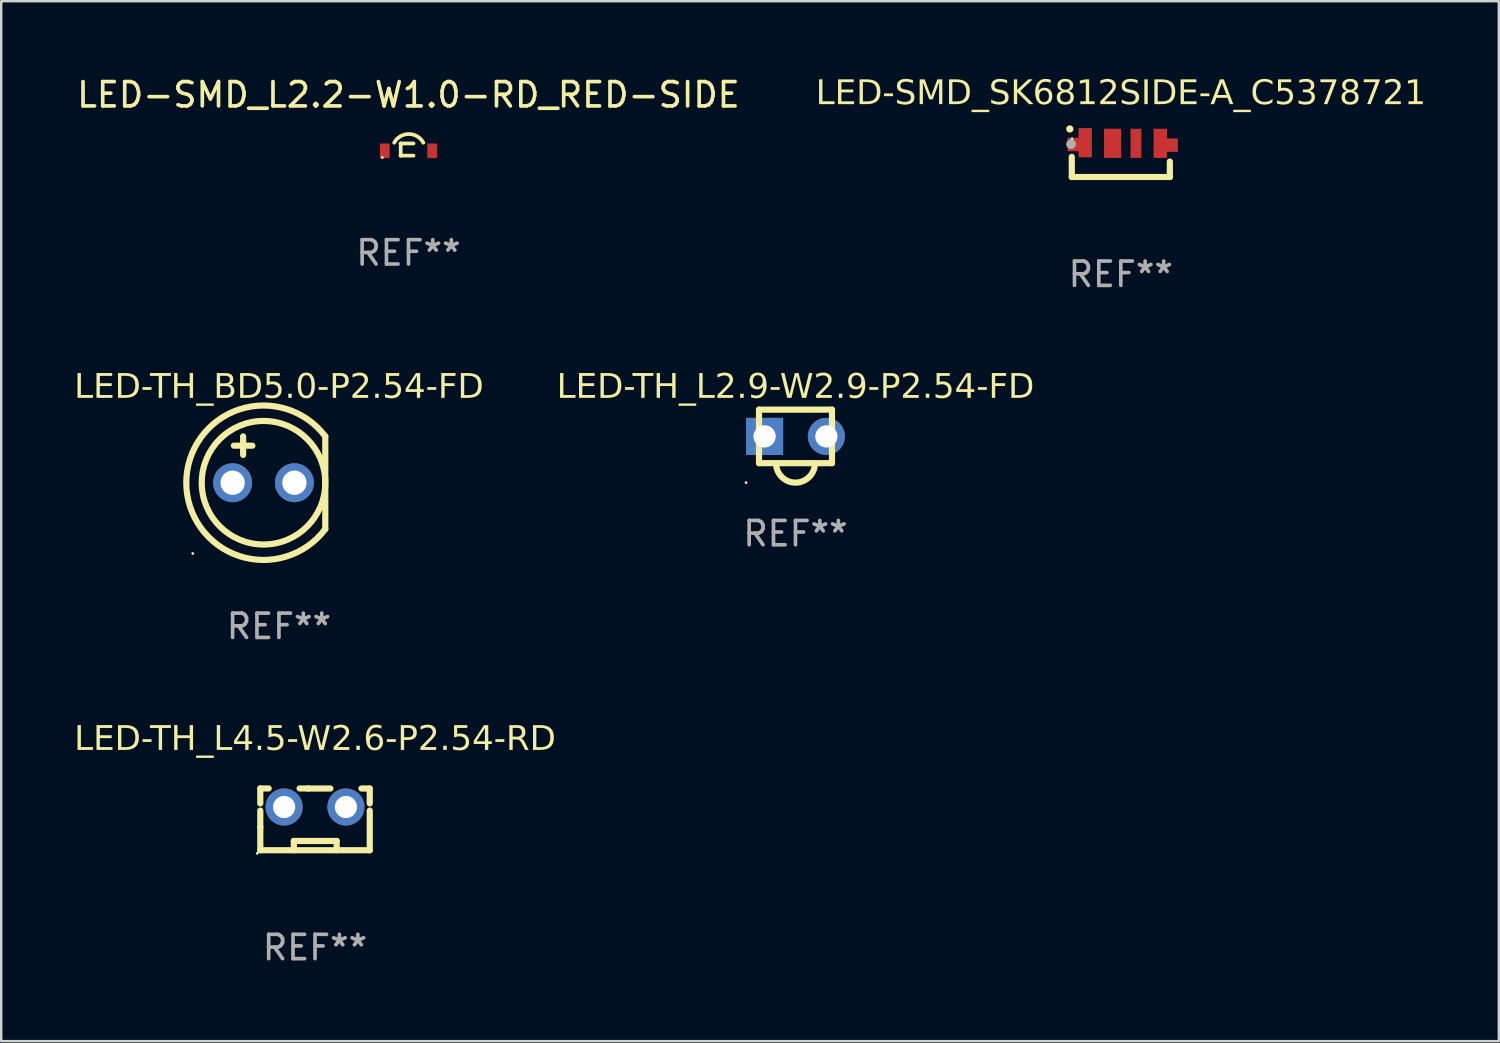
<source format=kicad_pcb>
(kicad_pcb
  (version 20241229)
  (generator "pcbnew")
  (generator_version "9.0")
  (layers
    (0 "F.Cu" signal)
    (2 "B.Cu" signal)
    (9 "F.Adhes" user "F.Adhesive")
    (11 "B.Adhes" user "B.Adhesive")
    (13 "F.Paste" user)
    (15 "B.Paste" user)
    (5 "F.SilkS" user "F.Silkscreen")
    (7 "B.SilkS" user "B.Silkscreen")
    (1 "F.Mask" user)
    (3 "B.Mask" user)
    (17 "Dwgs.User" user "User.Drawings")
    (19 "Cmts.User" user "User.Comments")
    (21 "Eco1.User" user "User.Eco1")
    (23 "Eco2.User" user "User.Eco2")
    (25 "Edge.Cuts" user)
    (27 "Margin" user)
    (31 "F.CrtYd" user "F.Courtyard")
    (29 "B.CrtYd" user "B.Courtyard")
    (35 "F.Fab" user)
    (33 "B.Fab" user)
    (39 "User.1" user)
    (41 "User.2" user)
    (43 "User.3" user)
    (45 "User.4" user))
  (footprint "LED-SMD_L2.2-W1.0-RD_RED-SIDE"
    (layer "F.Cu")
    (at 13.744 3.151)
    (property "Reference" "LED-SMD_L2.2-W1.0-RD_RED-SIDE" (at 0 -2.302 0) (layer "F.SilkS") (effects (font (size 1 1) (thickness 0.15))))
    (attr smd)
    (fp_line (start -0.329 -0.302) (end 0.208 -0.302) (stroke (width 0.152) (type solid)) (layer "F.SilkS"))
    (fp_line (start -0.319 0.198) (end -0.319 -0.302) (stroke (width 0.152) (type solid)) (layer "F.SilkS"))
    (fp_line (start 0.208 0.198) (end -0.329 0.198) (stroke (width 0.152) (type solid)) (layer "F.SilkS"))
    (fp_arc (start -0.587579 -0.332969) (mid 0.012421 -0.689607) (end 0.612421 -0.332969) (stroke (width 0.151994) (type solid)) (layer "F.SilkS"))
    (fp_circle (center -1.075 0.275) (end -1.045 0.275) (stroke (width 0.06) (type solid)) (fill no) (layer "F.SilkS"))
    (fp_text user "REF**" (at 0 4.198 0) (layer "F.Fab") (effects (font (size 1 1) (thickness 0.15))))
    (pad "1" smd rect (at -0.975 0 180) (size 0.4 0.6) (layers "F.Cu" "F.Mask" "F.Paste"))
    (pad "2" smd rect (at 0.975 0 180) (size 0.4 0.6) (layers "F.Cu" "F.Mask" "F.Paste")))
  (footprint "LED-TH_L4.5-W2.6-P2.54-RD"
    (layer "F.Cu")
    (at 9.902 30.129)
    (property "Reference" "LED-TH_L4.5-W2.6-P2.54-RD" (at 0 -2.762 0) (layer "F.SilkS") (effects (font (face "Anko Personal Use SemBd") (size 1 1) (thickness 0.15))))
    (attr through_hole)
    (fp_line (start -2.25 -0.762) (end -1.906 -0.762) (stroke (width 0.254) (type solid)) (layer "F.SilkS"))
    (fp_line (start -2.25 -0.147) (end -2.25 -0.762) (stroke (width 0.254) (type solid)) (layer "F.SilkS"))
    (fp_line (start -2.25 0.833) (end -2.25 0.147) (stroke (width 0.254) (type solid)) (layer "F.SilkS"))
    (fp_line (start -2.25 0.833) (end -2.25 1.778) (stroke (width 0.254) (type solid)) (layer "F.SilkS"))
    (fp_line (start -2.25 1.778) (end 2.25 1.778) (stroke (width 0.254) (type solid)) (layer "F.SilkS"))
    (fp_line (start -0.871 1.397) (end 0.889 1.397) (stroke (width 0.254) (type solid)) (layer "F.SilkS"))
    (fp_line (start -0.871 1.778) (end -0.871 1.397) (stroke (width 0.254) (type solid)) (layer "F.SilkS"))
    (fp_line (start -0.634 -0.762) (end -0.277 -0.762) (stroke (width 0.254) (type solid)) (layer "F.SilkS"))
    (fp_line (start 0.632 -0.76) (end -0.277 -0.76) (stroke (width 0.254) (type solid)) (layer "F.SilkS"))
    (fp_line (start 0.889 1.397) (end 0.889 1.778) (stroke (width 0.254) (type solid)) (layer "F.SilkS"))
    (fp_line (start 2.25 -0.76) (end 1.908 -0.76) (stroke (width 0.254) (type solid)) (layer "F.SilkS"))
    (fp_line (start 2.25 -0.76) (end 2.25 -0.147) (stroke (width 0.254) (type solid)) (layer "F.SilkS"))
    (fp_line (start 2.25 0.147) (end 2.25 1.78) (stroke (width 0.254) (type solid)) (layer "F.SilkS"))
    (fp_circle (center -2.377 1.907) (end -2.347 1.907) (stroke (width 0.06) (type solid)) (fill no) (layer "F.SilkS"))
    (fp_text user "REF**" (at 0 5.78 0) (layer "F.Fab") (effects (font (size 1 1) (thickness 0.15))))
    (pad "1" thru_hole circle (at -1.27 0) (size 1.524 1.524) (drill 0.914) (layers "*.Cu" "*.Mask"))
    (pad "2" thru_hole circle (at 1.27 0) (size 1.524 1.524) (drill 0.914) (layers "*.Cu" "*.Mask")))
  (footprint "LED-TH_BD5.0-P2.54-FD"
    (layer "F.Cu")
    (at 7.784 16.797)
    (property "Reference" "LED-TH_BD5.0-P2.54-FD" (at 0.635 -3.905 0) (layer "F.SilkS") (effects (font (face "Anko Personal Use SemBd") (size 1 1) (thickness 0.15))))
    (attr through_hole)
    (fp_line (start -1.219 -1.524) (end -0.457 -1.524) (stroke (width 0.254) (type solid)) (layer "F.SilkS"))
    (fp_line (start -0.838 -1.143) (end -0.838 -1.905) (stroke (width 0.254) (type solid)) (layer "F.SilkS"))
    (fp_line (start 2.54 1.905) (end 2.54 -1.905) (stroke (width 0.254) (type solid)) (layer "F.SilkS"))
    (fp_arc (start 2.540005 1.905004) (mid -3.175006 0) (end 2.540005 -1.905004) (stroke (width 0.254) (type solid)) (layer "F.SilkS"))
    (fp_circle (center -2.909 2.909) (end -2.879 2.909) (stroke (width 0.06) (type solid)) (fill no) (layer "F.SilkS"))
    (fp_circle (center 0 0) (end 2.54 0) (stroke (width 0.254) (type solid)) (fill no) (layer "F.SilkS"))
    (fp_text user "REF**" (at 0.635 5.905 0) (layer "F.Fab") (effects (font (size 1 1) (thickness 0.15))))
    (pad "1" thru_hole circle (at -1.27 0) (size 1.6 1.6) (drill 1) (layers "*.Cu" "*.Mask"))
    (pad "2" thru_hole circle (at 1.27 0) (size 1.6 1.6) (drill 1) (layers "*.Cu" "*.Mask")))
  (footprint "LED-SMD_SK6812SIDE-A_C5378721"
    (layer "F.Cu")
    (at 43.11 2.83)
    (property "Reference" "LED-SMD_SK6812SIDE-A_C5378721" (at -0.079 -2.013 0) (layer "F.SilkS") (effects (font (face "Anko Personal Use SemBd") (size 1 1) (thickness 0.15))))
    (attr smd)
    (fp_line (start -2.095 0.568) (end -2.095 1.397) (stroke (width 0.254) (type solid)) (layer "F.SilkS"))
    (fp_line (start -2.095 1.397) (end 1.937 1.397) (stroke (width 0.254) (type solid)) (layer "F.SilkS"))
    (fp_line (start 1.937 1.397) (end 1.937 0.762) (stroke (width 0.254) (type solid)) (layer "F.SilkS"))
    (fp_circle (center -2.175 -0.577) (end -2.1 -0.577) (stroke (width 0.15) (type solid)) (fill no) (layer "F.SilkS"))
    (fp_circle (center -2.082 -0.176) (end -2.052 -0.176) (stroke (width 0.06) (type solid)) (fill no) (layer "F.SilkS"))
    (fp_circle (center -2.125 0.048) (end -2.025 0.048) (stroke (width 0.2) (type solid)) (fill no) (layer "F.Fab"))
    (fp_text user "REF**" (at -0.079 5.397 0) (layer "F.Fab") (effects (font (size 1 1) (thickness 0.15))))
    (pad "1" smd custom (at -1.768 -0.013) (size 0.1 0.1) (layers "F.Cu" "F.Mask" "F.Paste") (options (anchor circle)) (primitives (gr_poly (pts (xy 0.5 0.6) (xy 0.5 -0.6) (xy -0.05 -0.6) (xy -0.05 -0.2) (xy -0.5 -0.2) (xy -0.5 0.35) (xy -0.05 0.35) (xy -0.05 0.6)) (width 0) (fill yes))))
    (pad "2" smd custom (at -0.418 0.012) (size 0.1 0.1) (layers "F.Cu" "F.Mask" "F.Paste") (options (anchor circle)) (primitives (gr_poly (pts (xy -0.35 0.6) (xy -0.35 -0.6) (xy 0.35 -0.6) (xy 0.35 0.6)) (width 0) (fill yes))))
    (pad "3" smd custom (at 0.543 0.012) (size 0.1 0.1) (layers "F.Cu" "F.Mask" "F.Paste") (options (anchor circle)) (primitives (gr_poly (pts (xy -0.225 -0.6) (xy 0.225 -0.6) (xy 0.225 0.6) (xy -0.225 0.6)) (width 0) (fill yes))))
    (pad "4" smd custom (at 1.768 0.013) (size 0.1 0.1) (layers "F.Cu" "F.Mask" "F.Paste") (options (anchor circle)) (primitives (gr_poly (pts (xy -0.5 0.6) (xy -0.5 -0.6) (xy 0.05 -0.6) (xy 0.05 -0.2) (xy 0.5 -0.2) (xy 0.5 0.35) (xy 0.05 0.35) (xy 0.05 0.6)) (width 0) (fill yes)))))
  (footprint "LED-TH_L2.9-W2.9-P2.54-FD"
    (layer "F.Cu")
    (at 29.656 14.892)
    (property "Reference" "LED-TH_L2.9-W2.9-P2.54-FD" (at 0 -2 0) (layer "F.SilkS") (effects (font (face "Anko Personal Use SemBd") (size 1 1) (thickness 0.15))))
    (attr through_hole)
    (fp_line (start -1.5 -1.1) (end -1.5 1.1) (stroke (width 0.254) (type solid)) (layer "F.SilkS"))
    (fp_line (start -1.5 1.1) (end 1.5 1.1) (stroke (width 0.254) (type solid)) (layer "F.SilkS"))
    (fp_line (start 1.5 -1.1) (end -1.5 -1.1) (stroke (width 0.254) (type solid)) (layer "F.SilkS"))
    (fp_line (start 1.5 1.1) (end 1.5 -1.1) (stroke (width 0.254) (type solid)) (layer "F.SilkS"))
    (fp_arc (start 0.800025 1.1) (mid 0.000013 1.900012) (end -0.799999 1.1) (stroke (width 0.254) (type solid)) (layer "F.SilkS"))
    (fp_circle (center -2.032 1.9) (end -2.002 1.9) (stroke (width 0.06) (type solid)) (fill no) (layer "F.SilkS"))
    (fp_text user "REF**" (at 0 4 0) (layer "F.Fab") (effects (font (size 1 1) (thickness 0.15))))
    (pad "1" thru_hole rect (at -1.27 0) (size 1.524 1.524) (drill 0.914) (layers "*.Cu" "*.Mask"))
    (pad "2" thru_hole circle (at 1.27 0) (size 1.524 1.524) (drill 0.914) (layers "*.Cu" "*.Mask")))
  (gr_rect
    (start -3 -3)
    (end 58.573 39.757)
    (stroke (width 0.1) (type default))
    (fill no)
    (layer "Edge.Cuts")))
</source>
